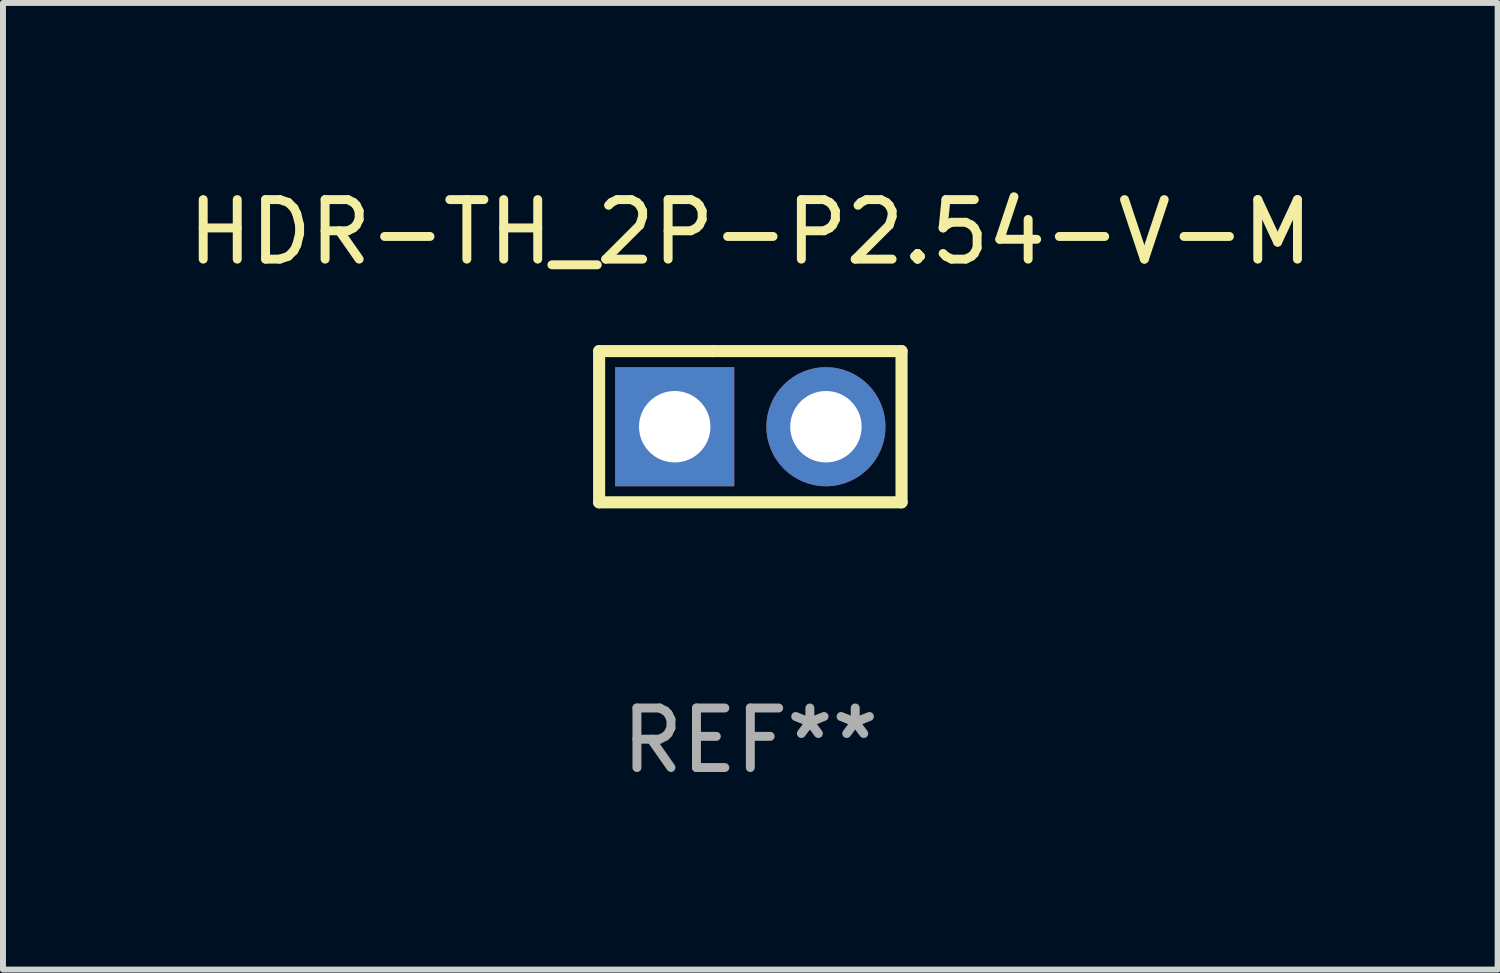
<source format=kicad_pcb>
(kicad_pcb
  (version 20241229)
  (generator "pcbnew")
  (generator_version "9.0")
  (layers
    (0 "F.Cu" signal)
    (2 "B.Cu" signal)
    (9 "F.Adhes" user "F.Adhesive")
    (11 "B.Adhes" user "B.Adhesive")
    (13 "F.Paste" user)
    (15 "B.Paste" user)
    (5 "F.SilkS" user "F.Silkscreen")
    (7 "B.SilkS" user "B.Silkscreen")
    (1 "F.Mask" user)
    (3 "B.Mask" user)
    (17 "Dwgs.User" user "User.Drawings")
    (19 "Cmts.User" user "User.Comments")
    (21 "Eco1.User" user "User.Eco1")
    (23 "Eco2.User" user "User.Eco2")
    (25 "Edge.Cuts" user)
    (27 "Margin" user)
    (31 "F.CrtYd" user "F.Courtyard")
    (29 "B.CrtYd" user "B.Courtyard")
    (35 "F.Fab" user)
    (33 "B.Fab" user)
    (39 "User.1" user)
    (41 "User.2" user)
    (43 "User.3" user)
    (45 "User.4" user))
  (footprint "HDR-TH_2P-P2.54-V-M"
    (layer "F.Cu")
    (at 9.554 4.118)
    (property "Reference" "HDR-TH_2P-P2.54-V-M" (at 0 -3.27 0) (layer "F.SilkS") (effects (font (size 1 1) (thickness 0.15))))
    (attr through_hole)
    (fp_line (start -2.54 -1.27) (end -0.635 -1.27) (stroke (width 0.203) (type solid)) (layer "F.SilkS"))
    (fp_line (start -2.54 1.27) (end -2.54 -1.27) (stroke (width 0.203) (type solid)) (layer "F.SilkS"))
    (fp_line (start 2.54 -1.27) (end -0.635 -1.27) (stroke (width 0.203) (type solid)) (layer "F.SilkS"))
    (fp_line (start 2.54 -1.27) (end 2.54 1.27) (stroke (width 0.203) (type solid)) (layer "F.SilkS"))
    (fp_line (start 2.54 1.27) (end -2.54 1.27) (stroke (width 0.203) (type solid)) (layer "F.SilkS"))
    (fp_circle (center -2.54 1.25) (end -2.51 1.25) (stroke (width 0.06) (type solid)) (fill no) (layer "F.SilkS"))
    (fp_text user "REF**" (at 0 5.27 0) (layer "F.Fab") (effects (font (size 1 1) (thickness 0.15))))
    (pad "1" thru_hole rect (at -1.27 0) (size 2 2) (drill 1.2) (layers "*.Cu" "*.Mask"))
    (pad "2" thru_hole circle (at 1.27 0) (size 2 2) (drill 1.2) (layers "*.Cu" "*.Mask")))
  (gr_rect
    (start -3 -3)
    (end 22.107 13.237)
    (stroke (width 0.1) (type default))
    (fill no)
    (layer "Edge.Cuts")))
</source>
